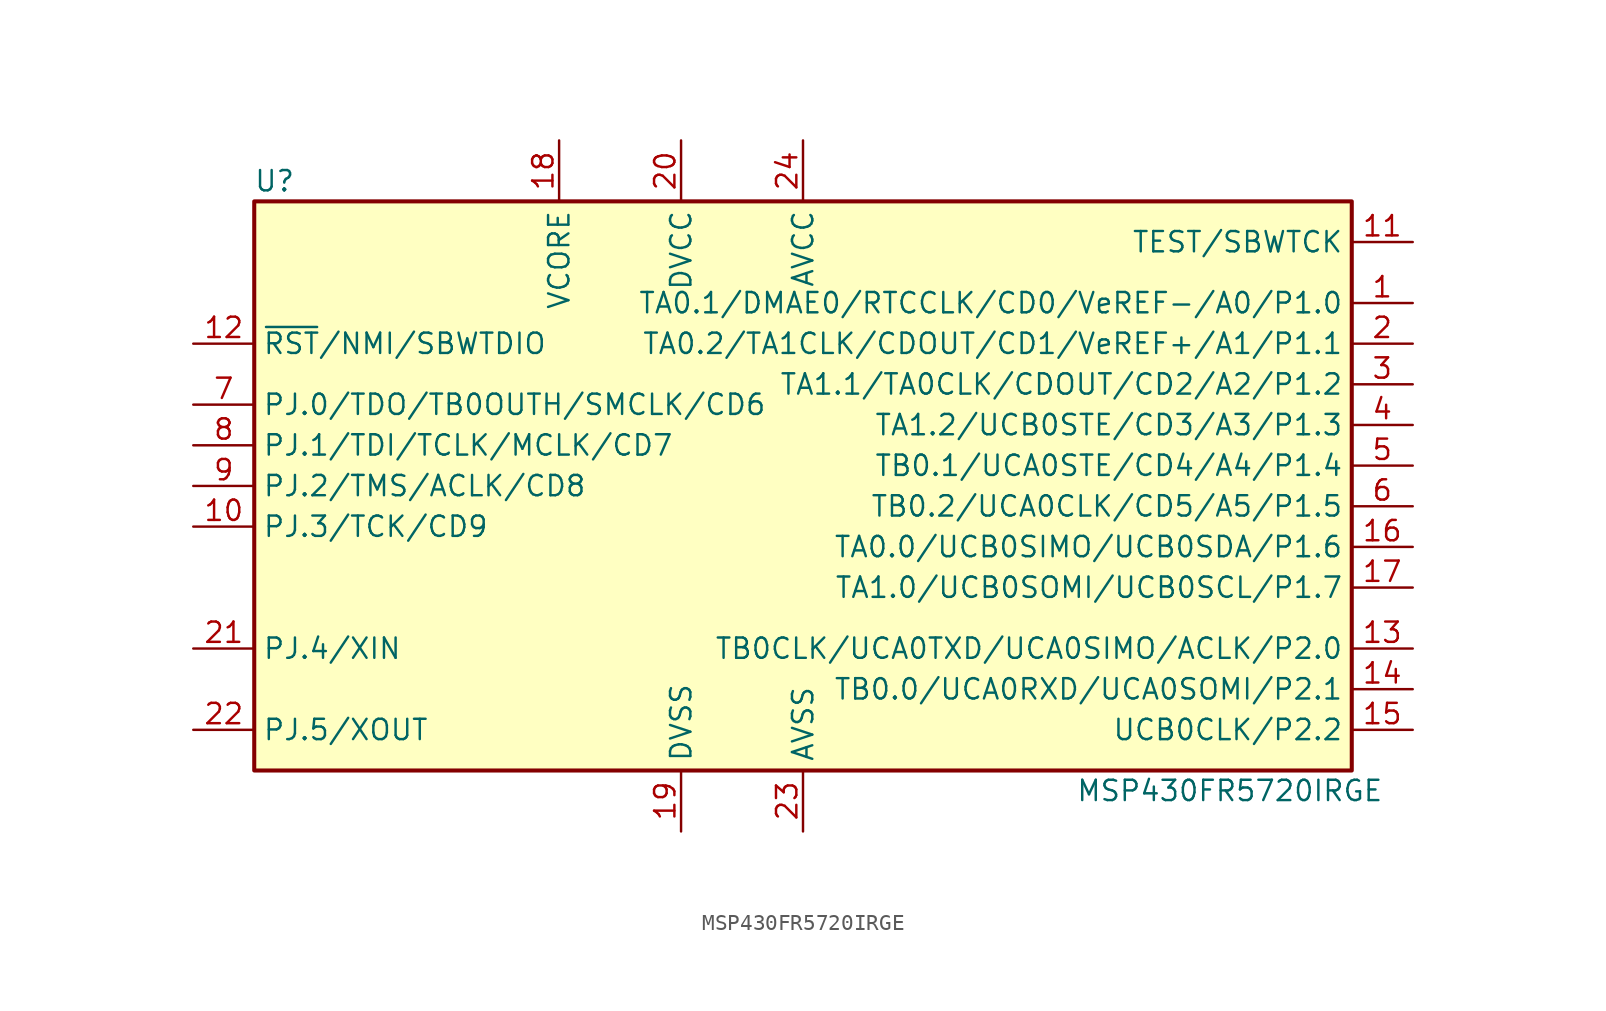
<source format=kicad_sym>
(kicad_symbol_lib
  (version 20201005)
  (generator kicad_symbol_editor)
  (symbol "MCU_Texas_MSP430:MSP430FR5720IRGE"
    (property "Reference" "U"
      (at -33.02 19.05 0)
      (effects (font (size 1.27 1.27))))
    (property "Value" "MSP430FR5720IRGE"
      (at 26.67 -19.05 0)
      (effects (font (size 1.27 1.27))))
    (symbol "MSP430FR5720IRGE_0_1"
      (rectangle (start -34.29 17.78) (end 34.29 -17.78) (stroke (width 0.254)) (fill (type background))))
    (symbol "MSP430FR5720IRGE_1_1"
      (pin bidirectional line (at 38.1 11.43 180) (length 3.81) (name "TA0.1/DMAE0/RTCCLK/CD0/VeREF-/A0/P1.0" (effects (font (size 1.27 1.27)))) (number "1" (effects (font (size 1.27 1.27)))))
      (pin bidirectional line (at -38.1 -2.54 0) (length 3.81) (name "PJ.3/TCK/CD9" (effects (font (size 1.27 1.27)))) (number "10" (effects (font (size 1.27 1.27)))))
      (pin input line (at 38.1 15.24 180) (length 3.81) (name "TEST/SBWTCK" (effects (font (size 1.27 1.27)))) (number "11" (effects (font (size 1.27 1.27)))))
      (pin input line (at -38.1 8.89 0) (length 3.81) (name "~RST~/NMI/SBWTDIO" (effects (font (size 1.27 1.27)))) (number "12" (effects (font (size 1.27 1.27)))))
      (pin input line (at 38.1 -10.16 180) (length 3.81) (name "TB0CLK/UCA0TXD/UCA0SIMO/ACLK/P2.0" (effects (font (size 1.27 1.27)))) (number "13" (effects (font (size 1.27 1.27)))))
      (pin input line (at 38.1 -12.7 180) (length 3.81) (name "TB0.0/UCA0RXD/UCA0SOMI/P2.1" (effects (font (size 1.27 1.27)))) (number "14" (effects (font (size 1.27 1.27)))))
      (pin input line (at 38.1 -15.24 180) (length 3.81) (name "UCB0CLK/P2.2" (effects (font (size 1.27 1.27)))) (number "15" (effects (font (size 1.27 1.27)))))
      (pin input line (at 38.1 -3.81 180) (length 3.81) (name "TA0.0/UCB0SIMO/UCB0SDA/P1.6" (effects (font (size 1.27 1.27)))) (number "16" (effects (font (size 1.27 1.27)))))
      (pin input line (at 38.1 -6.35 180) (length 3.81) (name "TA1.0/UCB0SOMI/UCB0SCL/P1.7" (effects (font (size 1.27 1.27)))) (number "17" (effects (font (size 1.27 1.27)))))
      (pin input line (at -15.24 21.59 270) (length 3.81) (name "VCORE" (effects (font (size 1.27 1.27)))) (number "18" (effects (font (size 1.27 1.27)))))
      (pin power_in line (at -7.62 -21.59 90) (length 3.81) (name "DVSS" (effects (font (size 1.27 1.27)))) (number "19" (effects (font (size 1.27 1.27)))))
      (pin bidirectional line (at 38.1 8.89 180) (length 3.81) (name "TA0.2/TA1CLK/CDOUT/CD1/VeREF+/A1/P1.1" (effects (font (size 1.27 1.27)))) (number "2" (effects (font (size 1.27 1.27)))))
      (pin power_in line (at -7.62 21.59 270) (length 3.81) (name "DVCC" (effects (font (size 1.27 1.27)))) (number "20" (effects (font (size 1.27 1.27)))))
      (pin input line (at -38.1 -10.16 0) (length 3.81) (name "PJ.4/XIN" (effects (font (size 1.27 1.27)))) (number "21" (effects (font (size 1.27 1.27)))))
      (pin input line (at -38.1 -15.24 0) (length 3.81) (name "PJ.5/XOUT" (effects (font (size 1.27 1.27)))) (number "22" (effects (font (size 1.27 1.27)))))
      (pin power_in line (at 0 -21.59 90) (length 3.81) (name "AVSS" (effects (font (size 1.27 1.27)))) (number "23" (effects (font (size 1.27 1.27)))))
      (pin power_in line (at 0 21.59 270) (length 3.81) (name "AVCC" (effects (font (size 1.27 1.27)))) (number "24" (effects (font (size 1.27 1.27)))))
      (pin bidirectional line (at 38.1 6.35 180) (length 3.81) (name "TA1.1/TA0CLK/CDOUT/CD2/A2/P1.2" (effects (font (size 1.27 1.27)))) (number "3" (effects (font (size 1.27 1.27)))))
      (pin bidirectional line (at 38.1 3.81 180) (length 3.81) (name "TA1.2/UCB0STE/CD3/A3/P1.3" (effects (font (size 1.27 1.27)))) (number "4" (effects (font (size 1.27 1.27)))))
      (pin bidirectional line (at 38.1 1.27 180) (length 3.81) (name "TB0.1/UCA0STE/CD4/A4/P1.4" (effects (font (size 1.27 1.27)))) (number "5" (effects (font (size 1.27 1.27)))))
      (pin bidirectional line (at 38.1 -1.27 180) (length 3.81) (name "TB0.2/UCA0CLK/CD5/A5/P1.5" (effects (font (size 1.27 1.27)))) (number "6" (effects (font (size 1.27 1.27)))))
      (pin bidirectional line (at -38.1 5.08 0) (length 3.81) (name "PJ.0/TDO/TB0OUTH/SMCLK/CD6" (effects (font (size 1.27 1.27)))) (number "7" (effects (font (size 1.27 1.27)))))
      (pin bidirectional line (at -38.1 2.54 0) (length 3.81) (name "PJ.1/TDI/TCLK/MCLK/CD7" (effects (font (size 1.27 1.27)))) (number "8" (effects (font (size 1.27 1.27)))))
      (pin bidirectional line (at -38.1 0 0) (length 3.81) (name "PJ.2/TMS/ACLK/CD8" (effects (font (size 1.27 1.27)))) (number "9" (effects (font (size 1.27 1.27))))))))
</source>
